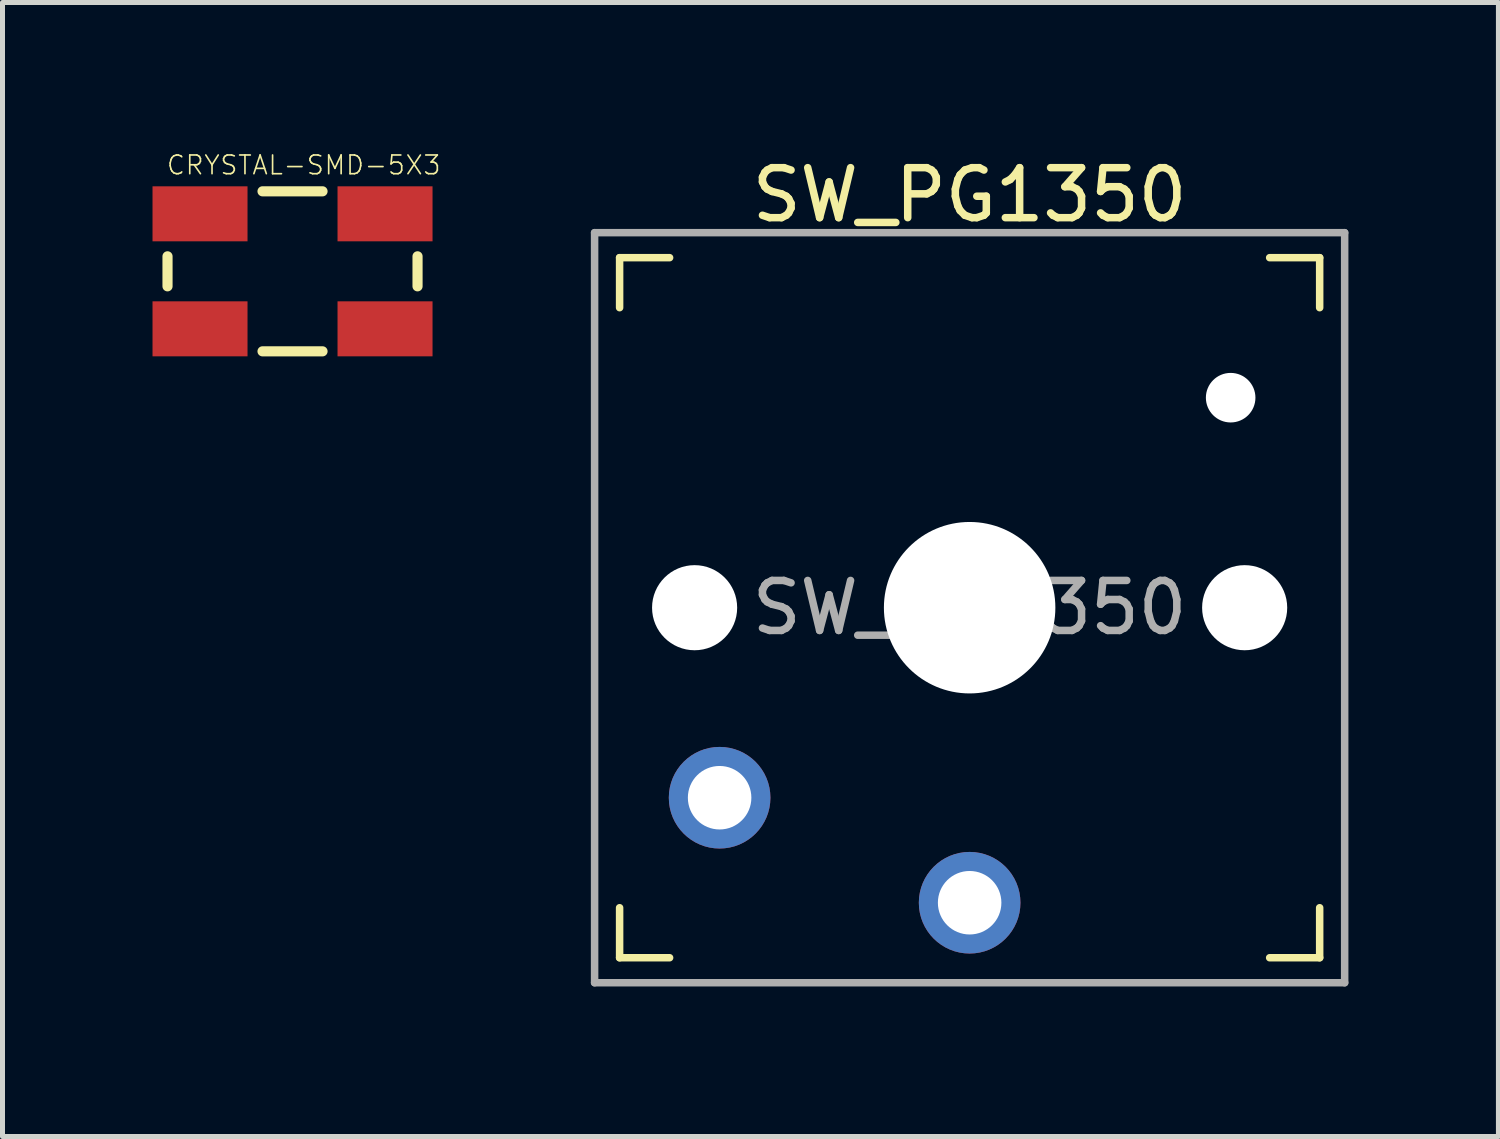
<source format=kicad_pcb>
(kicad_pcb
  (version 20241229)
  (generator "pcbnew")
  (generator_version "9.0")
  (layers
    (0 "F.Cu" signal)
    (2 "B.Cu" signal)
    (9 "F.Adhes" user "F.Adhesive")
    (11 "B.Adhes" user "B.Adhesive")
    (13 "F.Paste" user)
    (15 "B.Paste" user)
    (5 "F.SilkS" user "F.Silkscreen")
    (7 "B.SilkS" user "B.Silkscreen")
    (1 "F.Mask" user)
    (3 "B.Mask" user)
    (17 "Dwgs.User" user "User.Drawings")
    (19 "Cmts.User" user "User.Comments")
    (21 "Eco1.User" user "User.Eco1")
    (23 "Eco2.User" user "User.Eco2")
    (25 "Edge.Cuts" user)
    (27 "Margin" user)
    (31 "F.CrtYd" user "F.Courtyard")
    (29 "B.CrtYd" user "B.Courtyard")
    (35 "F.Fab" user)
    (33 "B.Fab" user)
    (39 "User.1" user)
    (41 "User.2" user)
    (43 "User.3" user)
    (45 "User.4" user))
  (footprint "CRYSTAL-SMD-5X3"
    (layer "F.Cu")
    (at 2.8 2.376)
    (property "Reference" "CRYSTAL-SMD-5X3" (at -2.54 -1.905 0) (layer "F.SilkS") (effects (font (size 0.374 0.374) (thickness 0.033)) (justify left bottom)))
    (fp_line (start -2.5 -0.3) (end -2.5 0.3) (stroke (width 0.203) (type solid)) (layer "F.SilkS"))
    (fp_line (start -0.6 -1.6) (end 0.6 -1.6) (stroke (width 0.203) (type solid)) (layer "F.SilkS"))
    (fp_line (start 0.6 1.6) (end -0.6 1.6) (stroke (width 0.203) (type solid)) (layer "F.SilkS"))
    (fp_line (start 2.5 -0.3) (end 2.5 0.3) (stroke (width 0.203) (type solid)) (layer "F.SilkS"))
    (pad "1" smd rect (at -1.85 1.15) (size 1.9 1.1) (layers "F.Cu" "F.Mask" "F.Paste"))
    (pad "2" smd rect (at 1.85 1.15) (size 1.9 1.1) (layers "F.Cu" "F.Mask" "F.Paste"))
    (pad "3" smd rect (at 1.85 -1.15) (size 1.9 1.1) (layers "F.Cu" "F.Mask" "F.Paste"))
    (pad "4" smd rect (at -1.85 -1.15) (size 1.9 1.1) (layers "F.Cu" "F.Mask" "F.Paste")))
  (footprint "SW_PG1350"
    (layer "F.Cu")
    (at 16.341 9.103)
    (property "Reference" "SW_PG1350" (at 0 -8.255 0) (layer "F.SilkS") (effects (font (size 1 1) (thickness 0.15))))
    (fp_line (start -7 -6) (end -7 -7) (stroke (width 0.15) (type solid)) (layer "F.SilkS"))
    (fp_line (start -7 7) (end -7 6) (stroke (width 0.15) (type solid)) (layer "F.SilkS"))
    (fp_line (start -7 7) (end -6 7) (stroke (width 0.15) (type solid)) (layer "F.SilkS"))
    (fp_line (start -6 -7) (end -7 -7) (stroke (width 0.15) (type solid)) (layer "F.SilkS"))
    (fp_line (start 6 7) (end 7 7) (stroke (width 0.15) (type solid)) (layer "F.SilkS"))
    (fp_line (start 7 -7) (end 6 -7) (stroke (width 0.15) (type solid)) (layer "F.SilkS"))
    (fp_line (start 7 -7) (end 7 -6) (stroke (width 0.15) (type solid)) (layer "F.SilkS"))
    (fp_line (start 7 6) (end 7 7) (stroke (width 0.15) (type solid)) (layer "F.SilkS"))
    (fp_line (start -6.9 6.9) (end -6.9 -6.9) (stroke (width 0.15) (type solid)) (layer "Eco2.User"))
    (fp_line (start -6.9 6.9) (end 6.9 6.9) (stroke (width 0.15) (type solid)) (layer "Eco2.User"))
    (fp_line (start -2.6 -3.1) (end -2.6 -6.3) (stroke (width 0.15) (type solid)) (layer "Eco2.User"))
    (fp_line (start -2.6 -3.1) (end 2.6 -3.1) (stroke (width 0.15) (type solid)) (layer "Eco2.User"))
    (fp_line (start 2.6 -6.3) (end -2.6 -6.3) (stroke (width 0.15) (type solid)) (layer "Eco2.User"))
    (fp_line (start 2.6 -3.1) (end 2.6 -6.3) (stroke (width 0.15) (type solid)) (layer "Eco2.User"))
    (fp_line (start 6.9 -6.9) (end -6.9 -6.9) (stroke (width 0.15) (type solid)) (layer "Eco2.User"))
    (fp_line (start 6.9 -6.9) (end 6.9 6.9) (stroke (width 0.15) (type solid)) (layer "Eco2.User"))
    (fp_line (start -7.5 -7.5) (end 7.5 -7.5) (stroke (width 0.15) (type solid)) (layer "F.Fab"))
    (fp_line (start -7.5 7.5) (end -7.5 -7.5) (stroke (width 0.15) (type solid)) (layer "F.Fab"))
    (fp_line (start 7.5 -7.5) (end 7.5 7.5) (stroke (width 0.15) (type solid)) (layer "F.Fab"))
    (fp_line (start 7.5 7.5) (end -7.5 7.5) (stroke (width 0.15) (type solid)) (layer "F.Fab"))
    (fp_text user "${REFERENCE}" (at 0 0 0) (layer "F.Fab") (effects (font (size 1 1) (thickness 0.15))))
    (pad "" np_thru_hole circle (at -5.5 0) (size 1.702 1.702) (drill 1.702) (layers "*.Cu" "*.Mask"))
    (pad "" np_thru_hole circle (at 0 0) (size 3.429 3.429) (drill 3.429) (layers "*.Cu" "*.Mask"))
    (pad "" np_thru_hole circle (at 5.22 -4.2) (size 0.991 0.991) (drill 0.991) (layers "*.Cu" "*.Mask"))
    (pad "" np_thru_hole circle (at 5.5 0) (size 1.702 1.702) (drill 1.702) (layers "*.Cu" "*.Mask"))
    (pad "1" thru_hole circle (at 0 5.9) (size 2.032 2.032) (drill 1.27) (layers "*.Cu" "*.Mask"))
    (pad "2" thru_hole circle (at -5 3.8) (size 2.032 2.032) (drill 1.27) (layers "*.Cu" "*.Mask")))
  (gr_rect
    (start -3 -3)
    (end 26.916 19.678)
    (stroke (width 0.1) (type default))
    (fill no)
    (layer "Edge.Cuts")))
</source>
